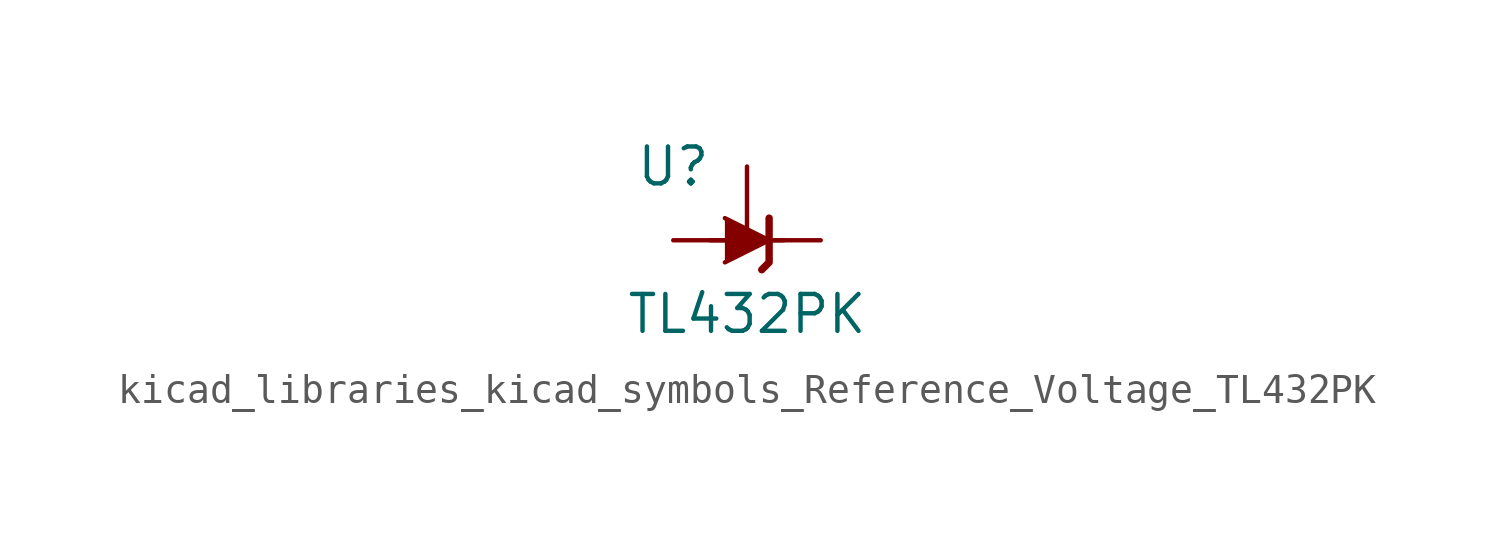
<source format=kicad_sym>
(kicad_symbol_lib
  (version 20220914)
  (generator kicad_symbol_editor)
  (symbol "kicad_libraries_kicad_symbols_Reference_Voltage_TL432PK"
    (pin_numbers hide)
    (pin_names hide)
    (property "Reference" "U"
      (at -2.54 2.54 0)
      (effects (font (size 1.27 1.27))))
    (property "Value" "TL432PK"
      (at 0 -2.54 0)
      (effects (font (size 1.27 1.27))))
    (symbol "kicad_libraries_kicad_symbols_Reference_Voltage_TL432PK_0_1"
      (polyline (pts (xy -1.27 0) (xy 0 0) (xy 1.27 0)) (stroke (width 0) (type default)) (fill (type none)))
      (polyline (pts (xy -0.762 0.762) (xy 0.762 0) (xy -0.762 -0.762)) (stroke (width 0) (type default)) (fill (type outline)))
      (polyline (pts (xy 0.508 -1.016) (xy 0.762 -0.762) (xy 0.762 0.762) (xy 0.762 0.762)) (stroke (width 0.254) (type default)) (fill (type none))))
    (symbol "kicad_libraries_kicad_symbols_Reference_Voltage_TL432PK_1_1"
      (pin passive line (at 2.54 0 180) (length 2.54) (name "K" (effects (font (size 1.27 1.27)))) (number "1" (effects (font (size 1.27 1.27)))))
      (pin passive line (at -2.54 0 0) (length 2.54) (name "A" (effects (font (size 1.27 1.27)))) (number "2" (effects (font (size 1.27 1.27)))))
      (pin passive line (at 0 2.54 270) (length 2.54) (name "REF" (effects (font (size 1.27 1.27)))) (number "3" (effects (font (size 1.27 1.27))))))))
</source>
